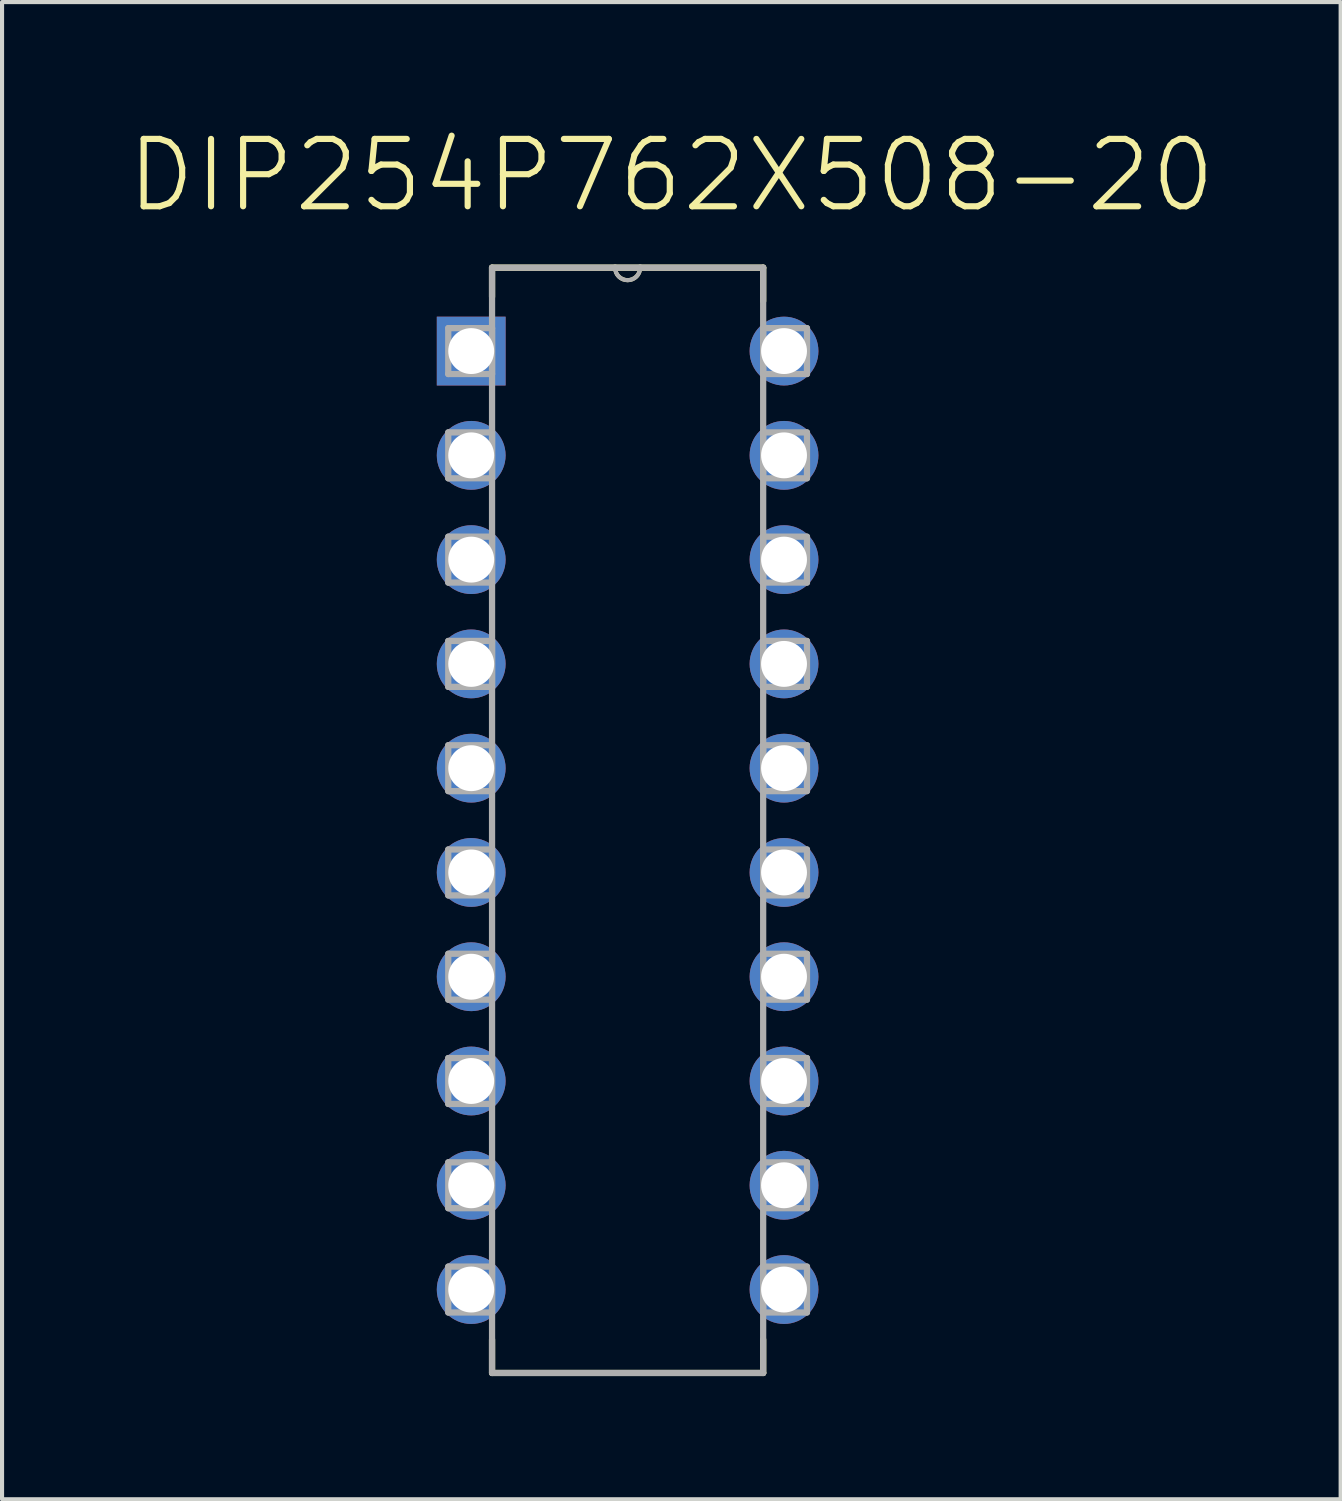
<source format=kicad_pcb>
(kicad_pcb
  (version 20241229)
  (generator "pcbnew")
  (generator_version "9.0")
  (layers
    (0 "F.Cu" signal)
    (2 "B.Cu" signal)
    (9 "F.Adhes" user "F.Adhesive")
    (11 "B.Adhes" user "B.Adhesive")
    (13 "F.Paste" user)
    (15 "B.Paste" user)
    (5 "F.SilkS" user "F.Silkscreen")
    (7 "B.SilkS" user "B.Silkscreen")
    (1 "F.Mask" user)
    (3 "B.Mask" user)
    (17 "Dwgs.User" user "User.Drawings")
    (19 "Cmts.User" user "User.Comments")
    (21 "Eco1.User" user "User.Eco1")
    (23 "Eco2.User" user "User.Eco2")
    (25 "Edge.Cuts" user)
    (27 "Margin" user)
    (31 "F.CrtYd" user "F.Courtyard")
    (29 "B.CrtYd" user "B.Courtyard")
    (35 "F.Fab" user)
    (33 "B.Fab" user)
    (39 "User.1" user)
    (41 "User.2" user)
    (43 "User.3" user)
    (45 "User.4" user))
  (footprint "DIP254P762X508-20"
    (layer "F.Cu")
    (at 16.048 28.362)
    (property "Reference" "DIP254P762X508-20" (at -2.744 -27.139 0) (layer "F.SilkS") (effects (font (size 1.641 1.641) (thickness 0.15))))
    (attr through_hole)
    (fp_line (start -7.112 -24.892) (end -7.112 -24.181) (stroke (width 0.152) (type solid)) (layer "F.SilkS"))
    (fp_line (start -7.112 1.219) (end -7.112 2.032) (stroke (width 0.152) (type solid)) (layer "F.SilkS"))
    (fp_line (start -7.112 2.032) (end -0.508 2.032) (stroke (width 0.152) (type solid)) (layer "F.SilkS"))
    (fp_line (start -4.115 -24.892) (end -7.112 -24.892) (stroke (width 0.152) (type solid)) (layer "F.SilkS"))
    (fp_line (start -3.505 -24.892) (end -4.115 -24.892) (stroke (width 0.152) (type solid)) (layer "F.SilkS"))
    (fp_line (start -0.508 -24.892) (end -3.505 -24.892) (stroke (width 0.152) (type solid)) (layer "F.SilkS"))
    (fp_line (start -0.508 -24.079) (end -0.508 -24.892) (stroke (width 0.152) (type solid)) (layer "F.SilkS"))
    (fp_line (start -0.508 2.032) (end -0.508 1.219) (stroke (width 0.152) (type solid)) (layer "F.SilkS"))
    (fp_arc (start -3.5052 -24.892) (mid -3.81 -24.5872) (end -4.1148 -24.892) (stroke (width 0.1) (type solid)) (layer "F.SilkS"))
    (fp_line (start -8.179 -23.419) (end -8.179 -22.301) (stroke (width 0.152) (type solid)) (layer "F.Fab"))
    (fp_line (start -8.179 -22.301) (end -7.112 -22.301) (stroke (width 0.152) (type solid)) (layer "F.Fab"))
    (fp_line (start -8.179 -20.879) (end -8.179 -19.761) (stroke (width 0.152) (type solid)) (layer "F.Fab"))
    (fp_line (start -8.179 -19.761) (end -7.112 -19.761) (stroke (width 0.152) (type solid)) (layer "F.Fab"))
    (fp_line (start -8.179 -18.339) (end -8.179 -17.221) (stroke (width 0.152) (type solid)) (layer "F.Fab"))
    (fp_line (start -8.179 -17.221) (end -7.112 -17.221) (stroke (width 0.152) (type solid)) (layer "F.Fab"))
    (fp_line (start -8.179 -15.799) (end -8.179 -14.681) (stroke (width 0.152) (type solid)) (layer "F.Fab"))
    (fp_line (start -8.179 -14.681) (end -7.112 -14.681) (stroke (width 0.152) (type solid)) (layer "F.Fab"))
    (fp_line (start -8.179 -13.259) (end -8.179 -12.141) (stroke (width 0.152) (type solid)) (layer "F.Fab"))
    (fp_line (start -8.179 -12.141) (end -7.112 -12.141) (stroke (width 0.152) (type solid)) (layer "F.Fab"))
    (fp_line (start -8.179 -10.719) (end -8.179 -9.601) (stroke (width 0.152) (type solid)) (layer "F.Fab"))
    (fp_line (start -8.179 -9.601) (end -7.112 -9.601) (stroke (width 0.152) (type solid)) (layer "F.Fab"))
    (fp_line (start -8.179 -8.179) (end -8.179 -7.061) (stroke (width 0.152) (type solid)) (layer "F.Fab"))
    (fp_line (start -8.179 -7.061) (end -7.112 -7.061) (stroke (width 0.152) (type solid)) (layer "F.Fab"))
    (fp_line (start -8.179 -5.639) (end -8.179 -4.521) (stroke (width 0.152) (type solid)) (layer "F.Fab"))
    (fp_line (start -8.179 -4.521) (end -7.112 -4.521) (stroke (width 0.152) (type solid)) (layer "F.Fab"))
    (fp_line (start -8.179 -3.099) (end -8.179 -1.981) (stroke (width 0.152) (type solid)) (layer "F.Fab"))
    (fp_line (start -8.179 -1.981) (end -7.112 -1.981) (stroke (width 0.152) (type solid)) (layer "F.Fab"))
    (fp_line (start -8.179 -0.559) (end -8.179 0.559) (stroke (width 0.152) (type solid)) (layer "F.Fab"))
    (fp_line (start -8.179 0.559) (end -7.112 0.559) (stroke (width 0.152) (type solid)) (layer "F.Fab"))
    (fp_line (start -7.112 -24.892) (end -7.112 2.032) (stroke (width 0.152) (type solid)) (layer "F.Fab"))
    (fp_line (start -7.112 -23.419) (end -8.179 -23.419) (stroke (width 0.152) (type solid)) (layer "F.Fab"))
    (fp_line (start -7.112 -22.301) (end -7.112 -23.419) (stroke (width 0.152) (type solid)) (layer "F.Fab"))
    (fp_line (start -7.112 -20.879) (end -8.179 -20.879) (stroke (width 0.152) (type solid)) (layer "F.Fab"))
    (fp_line (start -7.112 -19.761) (end -7.112 -20.879) (stroke (width 0.152) (type solid)) (layer "F.Fab"))
    (fp_line (start -7.112 -18.339) (end -8.179 -18.339) (stroke (width 0.152) (type solid)) (layer "F.Fab"))
    (fp_line (start -7.112 -17.221) (end -7.112 -18.339) (stroke (width 0.152) (type solid)) (layer "F.Fab"))
    (fp_line (start -7.112 -15.799) (end -8.179 -15.799) (stroke (width 0.152) (type solid)) (layer "F.Fab"))
    (fp_line (start -7.112 -14.681) (end -7.112 -15.799) (stroke (width 0.152) (type solid)) (layer "F.Fab"))
    (fp_line (start -7.112 -13.259) (end -8.179 -13.259) (stroke (width 0.152) (type solid)) (layer "F.Fab"))
    (fp_line (start -7.112 -12.141) (end -7.112 -13.259) (stroke (width 0.152) (type solid)) (layer "F.Fab"))
    (fp_line (start -7.112 -10.719) (end -8.179 -10.719) (stroke (width 0.152) (type solid)) (layer "F.Fab"))
    (fp_line (start -7.112 -9.601) (end -7.112 -10.719) (stroke (width 0.152) (type solid)) (layer "F.Fab"))
    (fp_line (start -7.112 -8.179) (end -8.179 -8.179) (stroke (width 0.152) (type solid)) (layer "F.Fab"))
    (fp_line (start -7.112 -7.061) (end -7.112 -8.179) (stroke (width 0.152) (type solid)) (layer "F.Fab"))
    (fp_line (start -7.112 -5.639) (end -8.179 -5.639) (stroke (width 0.152) (type solid)) (layer "F.Fab"))
    (fp_line (start -7.112 -4.521) (end -7.112 -5.639) (stroke (width 0.152) (type solid)) (layer "F.Fab"))
    (fp_line (start -7.112 -3.099) (end -8.179 -3.099) (stroke (width 0.152) (type solid)) (layer "F.Fab"))
    (fp_line (start -7.112 -1.981) (end -7.112 -3.099) (stroke (width 0.152) (type solid)) (layer "F.Fab"))
    (fp_line (start -7.112 -0.559) (end -8.179 -0.559) (stroke (width 0.152) (type solid)) (layer "F.Fab"))
    (fp_line (start -7.112 0.559) (end -7.112 -0.559) (stroke (width 0.152) (type solid)) (layer "F.Fab"))
    (fp_line (start -7.112 2.032) (end -0.508 2.032) (stroke (width 0.152) (type solid)) (layer "F.Fab"))
    (fp_line (start -4.115 -24.892) (end -7.112 -24.892) (stroke (width 0.152) (type solid)) (layer "F.Fab"))
    (fp_line (start -3.505 -24.892) (end -4.115 -24.892) (stroke (width 0.152) (type solid)) (layer "F.Fab"))
    (fp_line (start -0.508 -24.892) (end -3.505 -24.892) (stroke (width 0.152) (type solid)) (layer "F.Fab"))
    (fp_line (start -0.508 -23.419) (end -0.508 -22.301) (stroke (width 0.152) (type solid)) (layer "F.Fab"))
    (fp_line (start -0.508 -22.301) (end 0.559 -22.301) (stroke (width 0.152) (type solid)) (layer "F.Fab"))
    (fp_line (start -0.508 -20.879) (end -0.508 -19.761) (stroke (width 0.152) (type solid)) (layer "F.Fab"))
    (fp_line (start -0.508 -19.761) (end 0.559 -19.761) (stroke (width 0.152) (type solid)) (layer "F.Fab"))
    (fp_line (start -0.508 -18.339) (end -0.508 -17.221) (stroke (width 0.152) (type solid)) (layer "F.Fab"))
    (fp_line (start -0.508 -17.221) (end 0.559 -17.221) (stroke (width 0.152) (type solid)) (layer "F.Fab"))
    (fp_line (start -0.508 -15.799) (end -0.508 -14.681) (stroke (width 0.152) (type solid)) (layer "F.Fab"))
    (fp_line (start -0.508 -14.681) (end 0.559 -14.681) (stroke (width 0.152) (type solid)) (layer "F.Fab"))
    (fp_line (start -0.508 -13.259) (end -0.508 -12.141) (stroke (width 0.152) (type solid)) (layer "F.Fab"))
    (fp_line (start -0.508 -12.141) (end 0.559 -12.141) (stroke (width 0.152) (type solid)) (layer "F.Fab"))
    (fp_line (start -0.508 -10.719) (end -0.508 -9.601) (stroke (width 0.152) (type solid)) (layer "F.Fab"))
    (fp_line (start -0.508 -9.601) (end 0.559 -9.601) (stroke (width 0.152) (type solid)) (layer "F.Fab"))
    (fp_line (start -0.508 -8.179) (end -0.508 -7.061) (stroke (width 0.152) (type solid)) (layer "F.Fab"))
    (fp_line (start -0.508 -7.061) (end 0.559 -7.061) (stroke (width 0.152) (type solid)) (layer "F.Fab"))
    (fp_line (start -0.508 -5.639) (end -0.508 -4.521) (stroke (width 0.152) (type solid)) (layer "F.Fab"))
    (fp_line (start -0.508 -4.521) (end 0.559 -4.521) (stroke (width 0.152) (type solid)) (layer "F.Fab"))
    (fp_line (start -0.508 -3.099) (end -0.508 -1.981) (stroke (width 0.152) (type solid)) (layer "F.Fab"))
    (fp_line (start -0.508 -1.981) (end 0.559 -1.981) (stroke (width 0.152) (type solid)) (layer "F.Fab"))
    (fp_line (start -0.508 -0.559) (end -0.508 0.559) (stroke (width 0.152) (type solid)) (layer "F.Fab"))
    (fp_line (start -0.508 0.559) (end 0.559 0.559) (stroke (width 0.152) (type solid)) (layer "F.Fab"))
    (fp_line (start -0.508 2.032) (end -0.508 -24.892) (stroke (width 0.152) (type solid)) (layer "F.Fab"))
    (fp_line (start 0.559 -23.419) (end -0.508 -23.419) (stroke (width 0.152) (type solid)) (layer "F.Fab"))
    (fp_line (start 0.559 -22.301) (end 0.559 -23.419) (stroke (width 0.152) (type solid)) (layer "F.Fab"))
    (fp_line (start 0.559 -20.879) (end -0.508 -20.879) (stroke (width 0.152) (type solid)) (layer "F.Fab"))
    (fp_line (start 0.559 -19.761) (end 0.559 -20.879) (stroke (width 0.152) (type solid)) (layer "F.Fab"))
    (fp_line (start 0.559 -18.339) (end -0.508 -18.339) (stroke (width 0.152) (type solid)) (layer "F.Fab"))
    (fp_line (start 0.559 -17.221) (end 0.559 -18.339) (stroke (width 0.152) (type solid)) (layer "F.Fab"))
    (fp_line (start 0.559 -15.799) (end -0.508 -15.799) (stroke (width 0.152) (type solid)) (layer "F.Fab"))
    (fp_line (start 0.559 -14.681) (end 0.559 -15.799) (stroke (width 0.152) (type solid)) (layer "F.Fab"))
    (fp_line (start 0.559 -13.259) (end -0.508 -13.259) (stroke (width 0.152) (type solid)) (layer "F.Fab"))
    (fp_line (start 0.559 -12.141) (end 0.559 -13.259) (stroke (width 0.152) (type solid)) (layer "F.Fab"))
    (fp_line (start 0.559 -10.719) (end -0.508 -10.719) (stroke (width 0.152) (type solid)) (layer "F.Fab"))
    (fp_line (start 0.559 -9.601) (end 0.559 -10.719) (stroke (width 0.152) (type solid)) (layer "F.Fab"))
    (fp_line (start 0.559 -8.179) (end -0.508 -8.179) (stroke (width 0.152) (type solid)) (layer "F.Fab"))
    (fp_line (start 0.559 -7.061) (end 0.559 -8.179) (stroke (width 0.152) (type solid)) (layer "F.Fab"))
    (fp_line (start 0.559 -5.639) (end -0.508 -5.639) (stroke (width 0.152) (type solid)) (layer "F.Fab"))
    (fp_line (start 0.559 -4.521) (end 0.559 -5.639) (stroke (width 0.152) (type solid)) (layer "F.Fab"))
    (fp_line (start 0.559 -3.099) (end -0.508 -3.099) (stroke (width 0.152) (type solid)) (layer "F.Fab"))
    (fp_line (start 0.559 -1.981) (end 0.559 -3.099) (stroke (width 0.152) (type solid)) (layer "F.Fab"))
    (fp_line (start 0.559 -0.559) (end -0.508 -0.559) (stroke (width 0.152) (type solid)) (layer "F.Fab"))
    (fp_line (start 0.559 0.559) (end 0.559 -0.559) (stroke (width 0.152) (type solid)) (layer "F.Fab"))
    (fp_arc (start -3.5052 -24.892) (mid -3.81 -24.5872) (end -4.1148 -24.892) (stroke (width 0.1) (type solid)) (layer "F.Fab"))
    (pad "1" thru_hole rect (at -7.62 -22.86) (size 1.676 1.676) (drill 1.118) (layers "*.Cu" "*.Mask"))
    (pad "2" thru_hole circle (at -7.62 -20.32) (size 1.676 1.676) (drill 1.118) (layers "*.Cu" "*.Mask"))
    (pad "3" thru_hole circle (at -7.62 -17.78) (size 1.676 1.676) (drill 1.118) (layers "*.Cu" "*.Mask"))
    (pad "4" thru_hole circle (at -7.62 -15.24) (size 1.676 1.676) (drill 1.118) (layers "*.Cu" "*.Mask"))
    (pad "5" thru_hole circle (at -7.62 -12.7) (size 1.676 1.676) (drill 1.118) (layers "*.Cu" "*.Mask"))
    (pad "6" thru_hole circle (at -7.62 -10.16) (size 1.676 1.676) (drill 1.118) (layers "*.Cu" "*.Mask"))
    (pad "7" thru_hole circle (at -7.62 -7.62) (size 1.676 1.676) (drill 1.118) (layers "*.Cu" "*.Mask"))
    (pad "8" thru_hole circle (at -7.62 -5.08) (size 1.676 1.676) (drill 1.118) (layers "*.Cu" "*.Mask"))
    (pad "9" thru_hole circle (at -7.62 -2.54) (size 1.676 1.676) (drill 1.118) (layers "*.Cu" "*.Mask"))
    (pad "10" thru_hole circle (at -7.62 0) (size 1.676 1.676) (drill 1.118) (layers "*.Cu" "*.Mask"))
    (pad "11" thru_hole circle (at 0 0) (size 1.676 1.676) (drill 1.118) (layers "*.Cu" "*.Mask"))
    (pad "12" thru_hole circle (at 0 -2.54) (size 1.676 1.676) (drill 1.118) (layers "*.Cu" "*.Mask"))
    (pad "13" thru_hole circle (at 0 -5.08) (size 1.676 1.676) (drill 1.118) (layers "*.Cu" "*.Mask"))
    (pad "14" thru_hole circle (at 0 -7.62) (size 1.676 1.676) (drill 1.118) (layers "*.Cu" "*.Mask"))
    (pad "15" thru_hole circle (at 0 -10.16) (size 1.676 1.676) (drill 1.118) (layers "*.Cu" "*.Mask"))
    (pad "16" thru_hole circle (at 0 -12.7) (size 1.676 1.676) (drill 1.118) (layers "*.Cu" "*.Mask"))
    (pad "17" thru_hole circle (at 0 -15.24) (size 1.676 1.676) (drill 1.118) (layers "*.Cu" "*.Mask"))
    (pad "18" thru_hole circle (at 0 -17.78) (size 1.676 1.676) (drill 1.118) (layers "*.Cu" "*.Mask"))
    (pad "19" thru_hole circle (at 0 -20.32) (size 1.676 1.676) (drill 1.118) (layers "*.Cu" "*.Mask"))
    (pad "20" thru_hole circle (at 0 -22.86) (size 1.676 1.676) (drill 1.118) (layers "*.Cu" "*.Mask")))
  (gr_rect
    (start -3 -3)
    (end 29.607 33.47)
    (stroke (width 0.1) (type default))
    (fill no)
    (layer "Edge.Cuts")))
</source>
